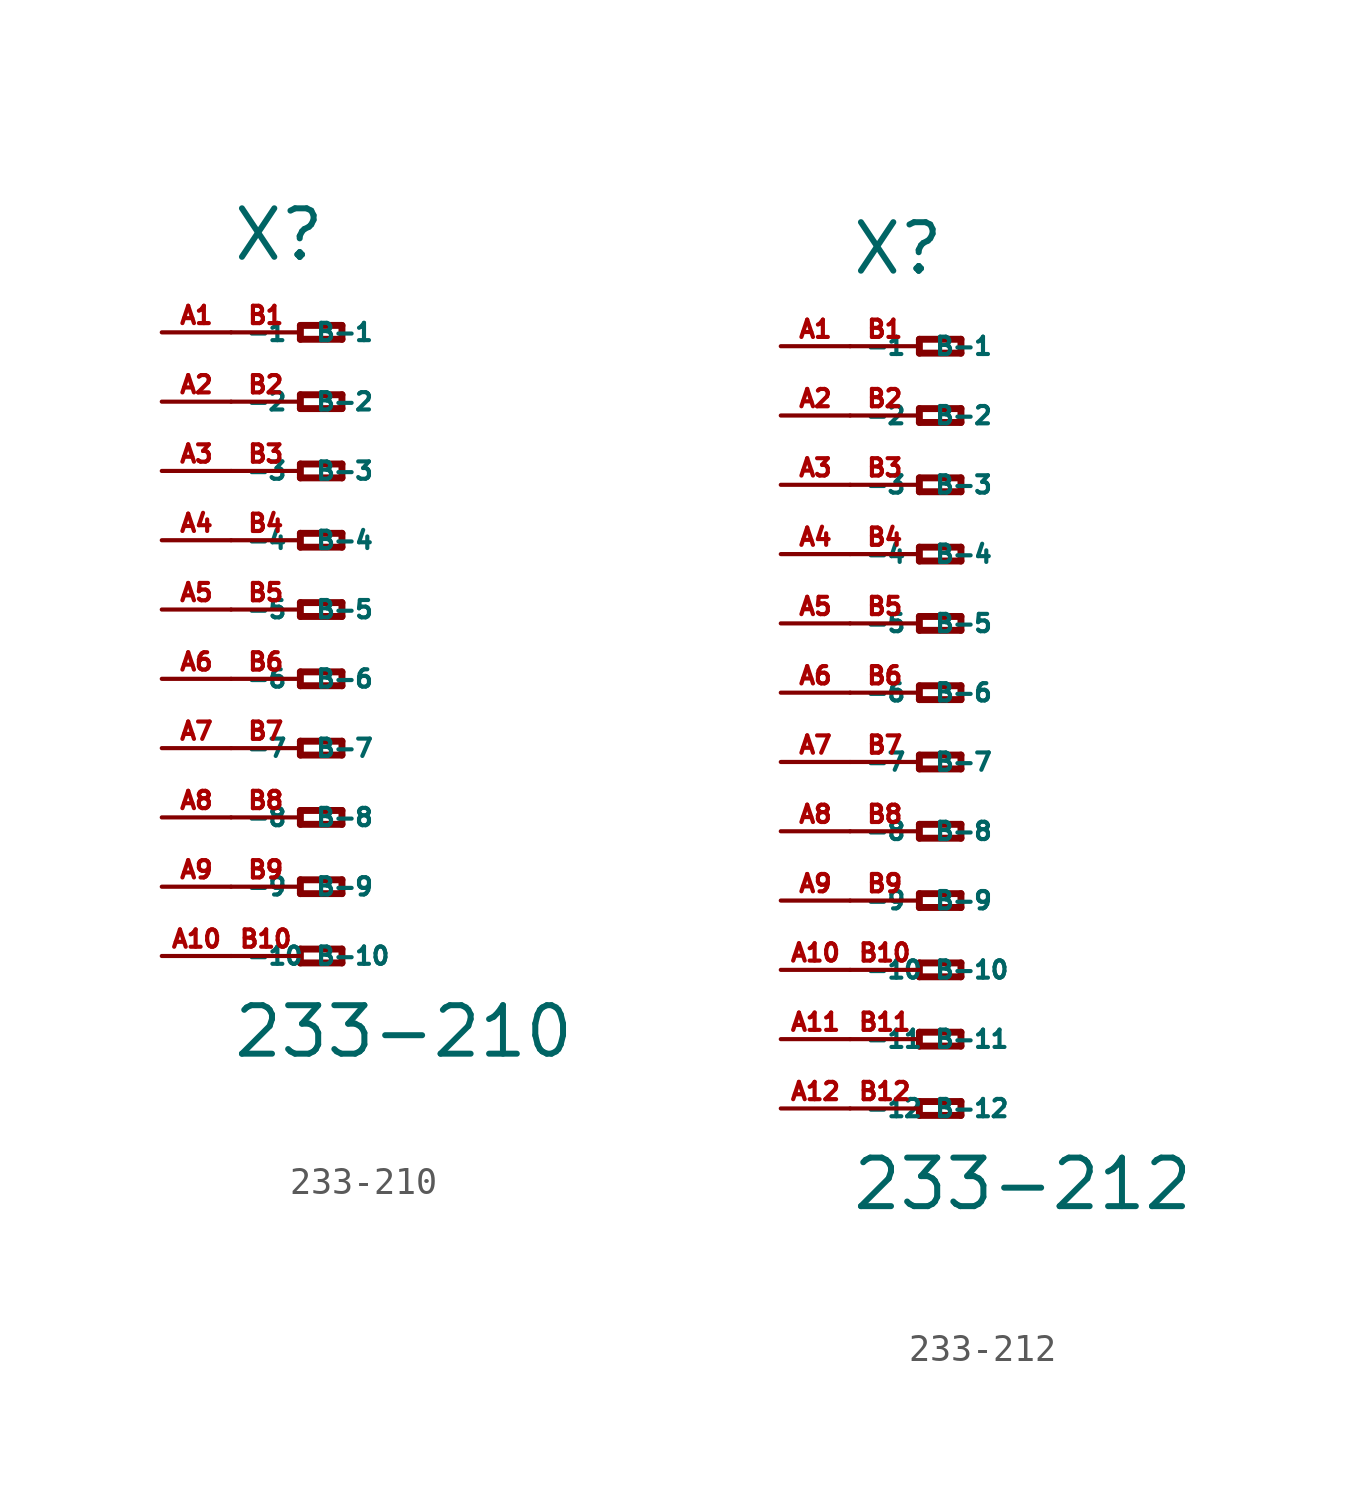
<source format=kicad_sym>
(kicad_symbol_lib
  (version 20220914)
  (generator Eagle2Kicad)
  (symbol "233-210"
    (property "Reference" "X"
      (at -5.08 12.7 0)
      (effects (font (size 1.778 1.778) (thickness 0.22)) (justify left bottom)))
    (property "Value" "233-210"
      (at -5.08 -16.51 0)
      (effects (font (size 1.778 1.778) (thickness 0.22)) (justify left bottom)))
    (polyline
      (pts (xy -2.54 10.414) (xy -2.54 9.906))
      (stroke (width 0.254) (type default))
      (fill (type none)))
    (polyline
      (pts (xy -2.54 9.906) (xy -1.016 9.906))
      (stroke (width 0.254) (type default))
      (fill (type none)))
    (polyline
      (pts (xy -1.016 9.906) (xy -1.016 10.414))
      (stroke (width 0.254) (type default))
      (fill (type none)))
    (polyline
      (pts (xy -1.016 10.414) (xy -2.54 10.414))
      (stroke (width 0.254) (type default))
      (fill (type none)))
    (polyline
      (pts (xy -2.54 7.874) (xy -2.54 7.366))
      (stroke (width 0.254) (type default))
      (fill (type none)))
    (polyline
      (pts (xy -2.54 7.366) (xy -1.016 7.366))
      (stroke (width 0.254) (type default))
      (fill (type none)))
    (polyline
      (pts (xy -1.016 7.366) (xy -1.016 7.874))
      (stroke (width 0.254) (type default))
      (fill (type none)))
    (polyline
      (pts (xy -1.016 7.874) (xy -2.54 7.874))
      (stroke (width 0.254) (type default))
      (fill (type none)))
    (polyline
      (pts (xy -2.54 5.334) (xy -2.54 4.826))
      (stroke (width 0.254) (type default))
      (fill (type none)))
    (polyline
      (pts (xy -2.54 4.826) (xy -1.016 4.826))
      (stroke (width 0.254) (type default))
      (fill (type none)))
    (polyline
      (pts (xy -1.016 4.826) (xy -1.016 5.334))
      (stroke (width 0.254) (type default))
      (fill (type none)))
    (polyline
      (pts (xy -1.016 5.334) (xy -2.54 5.334))
      (stroke (width 0.254) (type default))
      (fill (type none)))
    (polyline
      (pts (xy -2.54 2.794) (xy -2.54 2.286))
      (stroke (width 0.254) (type default))
      (fill (type none)))
    (polyline
      (pts (xy -2.54 2.286) (xy -1.016 2.286))
      (stroke (width 0.254) (type default))
      (fill (type none)))
    (polyline
      (pts (xy -1.016 2.286) (xy -1.016 2.794))
      (stroke (width 0.254) (type default))
      (fill (type none)))
    (polyline
      (pts (xy -1.016 2.794) (xy -2.54 2.794))
      (stroke (width 0.254) (type default))
      (fill (type none)))
    (polyline
      (pts (xy -2.54 0.254) (xy -2.54 -0.254))
      (stroke (width 0.254) (type default))
      (fill (type none)))
    (polyline
      (pts (xy -2.54 -0.254) (xy -1.016 -0.254))
      (stroke (width 0.254) (type default))
      (fill (type none)))
    (polyline
      (pts (xy -1.016 -0.254) (xy -1.016 0.254))
      (stroke (width 0.254) (type default))
      (fill (type none)))
    (polyline
      (pts (xy -1.016 0.254) (xy -2.54 0.254))
      (stroke (width 0.254) (type default))
      (fill (type none)))
    (polyline
      (pts (xy -2.54 -2.286) (xy -2.54 -2.794))
      (stroke (width 0.254) (type default))
      (fill (type none)))
    (polyline
      (pts (xy -2.54 -2.794) (xy -1.016 -2.794))
      (stroke (width 0.254) (type default))
      (fill (type none)))
    (polyline
      (pts (xy -1.016 -2.794) (xy -1.016 -2.286))
      (stroke (width 0.254) (type default))
      (fill (type none)))
    (polyline
      (pts (xy -1.016 -2.286) (xy -2.54 -2.286))
      (stroke (width 0.254) (type default))
      (fill (type none)))
    (polyline
      (pts (xy -2.54 -4.826) (xy -2.54 -5.334))
      (stroke (width 0.254) (type default))
      (fill (type none)))
    (polyline
      (pts (xy -2.54 -5.334) (xy -1.016 -5.334))
      (stroke (width 0.254) (type default))
      (fill (type none)))
    (polyline
      (pts (xy -1.016 -5.334) (xy -1.016 -4.826))
      (stroke (width 0.254) (type default))
      (fill (type none)))
    (polyline
      (pts (xy -1.016 -4.826) (xy -2.54 -4.826))
      (stroke (width 0.254) (type default))
      (fill (type none)))
    (polyline
      (pts (xy -2.54 -7.366) (xy -2.54 -7.874))
      (stroke (width 0.254) (type default))
      (fill (type none)))
    (polyline
      (pts (xy -2.54 -7.874) (xy -1.016 -7.874))
      (stroke (width 0.254) (type default))
      (fill (type none)))
    (polyline
      (pts (xy -1.016 -7.874) (xy -1.016 -7.366))
      (stroke (width 0.254) (type default))
      (fill (type none)))
    (polyline
      (pts (xy -1.016 -7.366) (xy -2.54 -7.366))
      (stroke (width 0.254) (type default))
      (fill (type none)))
    (polyline
      (pts (xy -2.54 -9.906) (xy -2.54 -10.414))
      (stroke (width 0.254) (type default))
      (fill (type none)))
    (polyline
      (pts (xy -2.54 -10.414) (xy -1.016 -10.414))
      (stroke (width 0.254) (type default))
      (fill (type none)))
    (polyline
      (pts (xy -1.016 -10.414) (xy -1.016 -9.906))
      (stroke (width 0.254) (type default))
      (fill (type none)))
    (polyline
      (pts (xy -1.016 -9.906) (xy -2.54 -9.906))
      (stroke (width 0.254) (type default))
      (fill (type none)))
    (polyline
      (pts (xy -2.54 -12.446) (xy -2.54 -12.954))
      (stroke (width 0.254) (type default))
      (fill (type none)))
    (polyline
      (pts (xy -2.54 -12.954) (xy -1.016 -12.954))
      (stroke (width 0.254) (type default))
      (fill (type none)))
    (polyline
      (pts (xy -1.016 -12.954) (xy -1.016 -12.446))
      (stroke (width 0.254) (type default))
      (fill (type none)))
    (polyline
      (pts (xy -1.016 -12.446) (xy -2.54 -12.446))
      (stroke (width 0.254) (type default))
      (fill (type none)))
    (pin passive line
      (at -7.62 10.16 0)
      (length 2.54)
      (name "-1" (effects (font (size 0.635 0.635) (thickness 0.08)) (justify left bottom)))
      (number "A1" (effects (font (size 0.635 0.635) (thickness 0.08)) (justify left bottom))))
    (pin passive line
      (at -7.62 7.62 0)
      (length 2.54)
      (name "-2" (effects (font (size 0.635 0.635) (thickness 0.08)) (justify left bottom)))
      (number "A2" (effects (font (size 0.635 0.635) (thickness 0.08)) (justify left bottom))))
    (pin passive line
      (at -7.62 5.08 0)
      (length 2.54)
      (name "-3" (effects (font (size 0.635 0.635) (thickness 0.08)) (justify left bottom)))
      (number "A3" (effects (font (size 0.635 0.635) (thickness 0.08)) (justify left bottom))))
    (pin passive line
      (at -7.62 2.54 0)
      (length 2.54)
      (name "-4" (effects (font (size 0.635 0.635) (thickness 0.08)) (justify left bottom)))
      (number "A4" (effects (font (size 0.635 0.635) (thickness 0.08)) (justify left bottom))))
    (pin passive line
      (at -7.62 0 0)
      (length 2.54)
      (name "-5" (effects (font (size 0.635 0.635) (thickness 0.08)) (justify left bottom)))
      (number "A5" (effects (font (size 0.635 0.635) (thickness 0.08)) (justify left bottom))))
    (pin passive line
      (at -7.62 -2.54 0)
      (length 2.54)
      (name "-6" (effects (font (size 0.635 0.635) (thickness 0.08)) (justify left bottom)))
      (number "A6" (effects (font (size 0.635 0.635) (thickness 0.08)) (justify left bottom))))
    (pin passive line
      (at -7.62 -5.08 0)
      (length 2.54)
      (name "-7" (effects (font (size 0.635 0.635) (thickness 0.08)) (justify left bottom)))
      (number "A7" (effects (font (size 0.635 0.635) (thickness 0.08)) (justify left bottom))))
    (pin passive line
      (at -7.62 -7.62 0)
      (length 2.54)
      (name "-8" (effects (font (size 0.635 0.635) (thickness 0.08)) (justify left bottom)))
      (number "A8" (effects (font (size 0.635 0.635) (thickness 0.08)) (justify left bottom))))
    (pin passive line
      (at -7.62 -10.16 0)
      (length 2.54)
      (name "-9" (effects (font (size 0.635 0.635) (thickness 0.08)) (justify left bottom)))
      (number "A9" (effects (font (size 0.635 0.635) (thickness 0.08)) (justify left bottom))))
    (pin passive line
      (at -7.62 -12.7 0)
      (length 2.54)
      (name "-10" (effects (font (size 0.635 0.635) (thickness 0.08)) (justify left bottom)))
      (number "A10" (effects (font (size 0.635 0.635) (thickness 0.08)) (justify left bottom))))
    (pin passive line
      (at -5.08 -12.7 0)
      (length 2.54)
      (name "B-10" (effects (font (size 0.635 0.635) (thickness 0.08)) (justify left bottom)))
      (number "B10" (effects (font (size 0.635 0.635) (thickness 0.08)) (justify left bottom))))
    (pin passive line
      (at -5.08 10.16 0)
      (length 2.54)
      (name "B-1" (effects (font (size 0.635 0.635) (thickness 0.08)) (justify left bottom)))
      (number "B1" (effects (font (size 0.635 0.635) (thickness 0.08)) (justify left bottom))))
    (pin passive line
      (at -5.08 7.62 0)
      (length 2.54)
      (name "B-2" (effects (font (size 0.635 0.635) (thickness 0.08)) (justify left bottom)))
      (number "B2" (effects (font (size 0.635 0.635) (thickness 0.08)) (justify left bottom))))
    (pin passive line
      (at -5.08 5.08 0)
      (length 2.54)
      (name "B-3" (effects (font (size 0.635 0.635) (thickness 0.08)) (justify left bottom)))
      (number "B3" (effects (font (size 0.635 0.635) (thickness 0.08)) (justify left bottom))))
    (pin passive line
      (at -5.08 2.54 0)
      (length 2.54)
      (name "B-4" (effects (font (size 0.635 0.635) (thickness 0.08)) (justify left bottom)))
      (number "B4" (effects (font (size 0.635 0.635) (thickness 0.08)) (justify left bottom))))
    (pin passive line
      (at -5.08 0 0)
      (length 2.54)
      (name "B-5" (effects (font (size 0.635 0.635) (thickness 0.08)) (justify left bottom)))
      (number "B5" (effects (font (size 0.635 0.635) (thickness 0.08)) (justify left bottom))))
    (pin passive line
      (at -5.08 -2.54 0)
      (length 2.54)
      (name "B-6" (effects (font (size 0.635 0.635) (thickness 0.08)) (justify left bottom)))
      (number "B6" (effects (font (size 0.635 0.635) (thickness 0.08)) (justify left bottom))))
    (pin passive line
      (at -5.08 -5.08 0)
      (length 2.54)
      (name "B-7" (effects (font (size 0.635 0.635) (thickness 0.08)) (justify left bottom)))
      (number "B7" (effects (font (size 0.635 0.635) (thickness 0.08)) (justify left bottom))))
    (pin passive line
      (at -5.08 -7.62 0)
      (length 2.54)
      (name "B-8" (effects (font (size 0.635 0.635) (thickness 0.08)) (justify left bottom)))
      (number "B8" (effects (font (size 0.635 0.635) (thickness 0.08)) (justify left bottom))))
    (pin passive line
      (at -5.08 -10.16 0)
      (length 2.54)
      (name "B-9" (effects (font (size 0.635 0.635) (thickness 0.08)) (justify left bottom)))
      (number "B9" (effects (font (size 0.635 0.635) (thickness 0.08)) (justify left bottom)))))
  (symbol "233-212"
    (property "Reference" "X"
      (at -5.08 15.24 0)
      (effects (font (size 1.778 1.778) (thickness 0.22)) (justify left bottom)))
    (property "Value" "233-212"
      (at -5.08 -19.05 0)
      (effects (font (size 1.778 1.778) (thickness 0.22)) (justify left bottom)))
    (polyline
      (pts (xy -2.54 12.954) (xy -2.54 12.446))
      (stroke (width 0.254) (type default))
      (fill (type none)))
    (polyline
      (pts (xy -2.54 12.446) (xy -1.016 12.446))
      (stroke (width 0.254) (type default))
      (fill (type none)))
    (polyline
      (pts (xy -1.016 12.446) (xy -1.016 12.954))
      (stroke (width 0.254) (type default))
      (fill (type none)))
    (polyline
      (pts (xy -1.016 12.954) (xy -2.54 12.954))
      (stroke (width 0.254) (type default))
      (fill (type none)))
    (polyline
      (pts (xy -2.54 10.414) (xy -2.54 9.906))
      (stroke (width 0.254) (type default))
      (fill (type none)))
    (polyline
      (pts (xy -2.54 9.906) (xy -1.016 9.906))
      (stroke (width 0.254) (type default))
      (fill (type none)))
    (polyline
      (pts (xy -1.016 9.906) (xy -1.016 10.414))
      (stroke (width 0.254) (type default))
      (fill (type none)))
    (polyline
      (pts (xy -1.016 10.414) (xy -2.54 10.414))
      (stroke (width 0.254) (type default))
      (fill (type none)))
    (polyline
      (pts (xy -2.54 7.874) (xy -2.54 7.366))
      (stroke (width 0.254) (type default))
      (fill (type none)))
    (polyline
      (pts (xy -2.54 7.366) (xy -1.016 7.366))
      (stroke (width 0.254) (type default))
      (fill (type none)))
    (polyline
      (pts (xy -1.016 7.366) (xy -1.016 7.874))
      (stroke (width 0.254) (type default))
      (fill (type none)))
    (polyline
      (pts (xy -1.016 7.874) (xy -2.54 7.874))
      (stroke (width 0.254) (type default))
      (fill (type none)))
    (polyline
      (pts (xy -2.54 5.334) (xy -2.54 4.826))
      (stroke (width 0.254) (type default))
      (fill (type none)))
    (polyline
      (pts (xy -2.54 4.826) (xy -1.016 4.826))
      (stroke (width 0.254) (type default))
      (fill (type none)))
    (polyline
      (pts (xy -1.016 4.826) (xy -1.016 5.334))
      (stroke (width 0.254) (type default))
      (fill (type none)))
    (polyline
      (pts (xy -1.016 5.334) (xy -2.54 5.334))
      (stroke (width 0.254) (type default))
      (fill (type none)))
    (polyline
      (pts (xy -2.54 2.794) (xy -2.54 2.286))
      (stroke (width 0.254) (type default))
      (fill (type none)))
    (polyline
      (pts (xy -2.54 2.286) (xy -1.016 2.286))
      (stroke (width 0.254) (type default))
      (fill (type none)))
    (polyline
      (pts (xy -1.016 2.286) (xy -1.016 2.794))
      (stroke (width 0.254) (type default))
      (fill (type none)))
    (polyline
      (pts (xy -1.016 2.794) (xy -2.54 2.794))
      (stroke (width 0.254) (type default))
      (fill (type none)))
    (polyline
      (pts (xy -2.54 0.254) (xy -2.54 -0.254))
      (stroke (width 0.254) (type default))
      (fill (type none)))
    (polyline
      (pts (xy -2.54 -0.254) (xy -1.016 -0.254))
      (stroke (width 0.254) (type default))
      (fill (type none)))
    (polyline
      (pts (xy -1.016 -0.254) (xy -1.016 0.254))
      (stroke (width 0.254) (type default))
      (fill (type none)))
    (polyline
      (pts (xy -1.016 0.254) (xy -2.54 0.254))
      (stroke (width 0.254) (type default))
      (fill (type none)))
    (polyline
      (pts (xy -2.54 -2.286) (xy -2.54 -2.794))
      (stroke (width 0.254) (type default))
      (fill (type none)))
    (polyline
      (pts (xy -2.54 -2.794) (xy -1.016 -2.794))
      (stroke (width 0.254) (type default))
      (fill (type none)))
    (polyline
      (pts (xy -1.016 -2.794) (xy -1.016 -2.286))
      (stroke (width 0.254) (type default))
      (fill (type none)))
    (polyline
      (pts (xy -1.016 -2.286) (xy -2.54 -2.286))
      (stroke (width 0.254) (type default))
      (fill (type none)))
    (polyline
      (pts (xy -2.54 -4.826) (xy -2.54 -5.334))
      (stroke (width 0.254) (type default))
      (fill (type none)))
    (polyline
      (pts (xy -2.54 -5.334) (xy -1.016 -5.334))
      (stroke (width 0.254) (type default))
      (fill (type none)))
    (polyline
      (pts (xy -1.016 -5.334) (xy -1.016 -4.826))
      (stroke (width 0.254) (type default))
      (fill (type none)))
    (polyline
      (pts (xy -1.016 -4.826) (xy -2.54 -4.826))
      (stroke (width 0.254) (type default))
      (fill (type none)))
    (polyline
      (pts (xy -2.54 -7.366) (xy -2.54 -7.874))
      (stroke (width 0.254) (type default))
      (fill (type none)))
    (polyline
      (pts (xy -2.54 -7.874) (xy -1.016 -7.874))
      (stroke (width 0.254) (type default))
      (fill (type none)))
    (polyline
      (pts (xy -1.016 -7.874) (xy -1.016 -7.366))
      (stroke (width 0.254) (type default))
      (fill (type none)))
    (polyline
      (pts (xy -1.016 -7.366) (xy -2.54 -7.366))
      (stroke (width 0.254) (type default))
      (fill (type none)))
    (polyline
      (pts (xy -2.54 -9.906) (xy -2.54 -10.414))
      (stroke (width 0.254) (type default))
      (fill (type none)))
    (polyline
      (pts (xy -2.54 -10.414) (xy -1.016 -10.414))
      (stroke (width 0.254) (type default))
      (fill (type none)))
    (polyline
      (pts (xy -1.016 -10.414) (xy -1.016 -9.906))
      (stroke (width 0.254) (type default))
      (fill (type none)))
    (polyline
      (pts (xy -1.016 -9.906) (xy -2.54 -9.906))
      (stroke (width 0.254) (type default))
      (fill (type none)))
    (polyline
      (pts (xy -2.54 -12.446) (xy -2.54 -12.954))
      (stroke (width 0.254) (type default))
      (fill (type none)))
    (polyline
      (pts (xy -2.54 -12.954) (xy -1.016 -12.954))
      (stroke (width 0.254) (type default))
      (fill (type none)))
    (polyline
      (pts (xy -1.016 -12.954) (xy -1.016 -12.446))
      (stroke (width 0.254) (type default))
      (fill (type none)))
    (polyline
      (pts (xy -1.016 -12.446) (xy -2.54 -12.446))
      (stroke (width 0.254) (type default))
      (fill (type none)))
    (polyline
      (pts (xy -2.54 -14.986) (xy -2.54 -15.494))
      (stroke (width 0.254) (type default))
      (fill (type none)))
    (polyline
      (pts (xy -2.54 -15.494) (xy -1.016 -15.494))
      (stroke (width 0.254) (type default))
      (fill (type none)))
    (polyline
      (pts (xy -1.016 -15.494) (xy -1.016 -14.986))
      (stroke (width 0.254) (type default))
      (fill (type none)))
    (polyline
      (pts (xy -1.016 -14.986) (xy -2.54 -14.986))
      (stroke (width 0.254) (type default))
      (fill (type none)))
    (pin passive line
      (at -7.62 12.7 0)
      (length 2.54)
      (name "-1" (effects (font (size 0.635 0.635) (thickness 0.08)) (justify left bottom)))
      (number "A1" (effects (font (size 0.635 0.635) (thickness 0.08)) (justify left bottom))))
    (pin passive line
      (at -7.62 10.16 0)
      (length 2.54)
      (name "-2" (effects (font (size 0.635 0.635) (thickness 0.08)) (justify left bottom)))
      (number "A2" (effects (font (size 0.635 0.635) (thickness 0.08)) (justify left bottom))))
    (pin passive line
      (at -7.62 7.62 0)
      (length 2.54)
      (name "-3" (effects (font (size 0.635 0.635) (thickness 0.08)) (justify left bottom)))
      (number "A3" (effects (font (size 0.635 0.635) (thickness 0.08)) (justify left bottom))))
    (pin passive line
      (at -7.62 5.08 0)
      (length 2.54)
      (name "-4" (effects (font (size 0.635 0.635) (thickness 0.08)) (justify left bottom)))
      (number "A4" (effects (font (size 0.635 0.635) (thickness 0.08)) (justify left bottom))))
    (pin passive line
      (at -7.62 2.54 0)
      (length 2.54)
      (name "-5" (effects (font (size 0.635 0.635) (thickness 0.08)) (justify left bottom)))
      (number "A5" (effects (font (size 0.635 0.635) (thickness 0.08)) (justify left bottom))))
    (pin passive line
      (at -7.62 0 0)
      (length 2.54)
      (name "-6" (effects (font (size 0.635 0.635) (thickness 0.08)) (justify left bottom)))
      (number "A6" (effects (font (size 0.635 0.635) (thickness 0.08)) (justify left bottom))))
    (pin passive line
      (at -7.62 -2.54 0)
      (length 2.54)
      (name "-7" (effects (font (size 0.635 0.635) (thickness 0.08)) (justify left bottom)))
      (number "A7" (effects (font (size 0.635 0.635) (thickness 0.08)) (justify left bottom))))
    (pin passive line
      (at -7.62 -5.08 0)
      (length 2.54)
      (name "-8" (effects (font (size 0.635 0.635) (thickness 0.08)) (justify left bottom)))
      (number "A8" (effects (font (size 0.635 0.635) (thickness 0.08)) (justify left bottom))))
    (pin passive line
      (at -7.62 -7.62 0)
      (length 2.54)
      (name "-9" (effects (font (size 0.635 0.635) (thickness 0.08)) (justify left bottom)))
      (number "A9" (effects (font (size 0.635 0.635) (thickness 0.08)) (justify left bottom))))
    (pin passive line
      (at -7.62 -10.16 0)
      (length 2.54)
      (name "-10" (effects (font (size 0.635 0.635) (thickness 0.08)) (justify left bottom)))
      (number "A10" (effects (font (size 0.635 0.635) (thickness 0.08)) (justify left bottom))))
    (pin passive line
      (at -7.62 -12.7 0)
      (length 2.54)
      (name "-11" (effects (font (size 0.635 0.635) (thickness 0.08)) (justify left bottom)))
      (number "A11" (effects (font (size 0.635 0.635) (thickness 0.08)) (justify left bottom))))
    (pin passive line
      (at -7.62 -15.24 0)
      (length 2.54)
      (name "-12" (effects (font (size 0.635 0.635) (thickness 0.08)) (justify left bottom)))
      (number "A12" (effects (font (size 0.635 0.635) (thickness 0.08)) (justify left bottom))))
    (pin passive line
      (at -5.08 -15.24 0)
      (length 2.54)
      (name "B-12" (effects (font (size 0.635 0.635) (thickness 0.08)) (justify left bottom)))
      (number "B12" (effects (font (size 0.635 0.635) (thickness 0.08)) (justify left bottom))))
    (pin passive line
      (at -5.08 12.7 0)
      (length 2.54)
      (name "B-1" (effects (font (size 0.635 0.635) (thickness 0.08)) (justify left bottom)))
      (number "B1" (effects (font (size 0.635 0.635) (thickness 0.08)) (justify left bottom))))
    (pin passive line
      (at -5.08 10.16 0)
      (length 2.54)
      (name "B-2" (effects (font (size 0.635 0.635) (thickness 0.08)) (justify left bottom)))
      (number "B2" (effects (font (size 0.635 0.635) (thickness 0.08)) (justify left bottom))))
    (pin passive line
      (at -5.08 7.62 0)
      (length 2.54)
      (name "B-3" (effects (font (size 0.635 0.635) (thickness 0.08)) (justify left bottom)))
      (number "B3" (effects (font (size 0.635 0.635) (thickness 0.08)) (justify left bottom))))
    (pin passive line
      (at -5.08 5.08 0)
      (length 2.54)
      (name "B-4" (effects (font (size 0.635 0.635) (thickness 0.08)) (justify left bottom)))
      (number "B4" (effects (font (size 0.635 0.635) (thickness 0.08)) (justify left bottom))))
    (pin passive line
      (at -5.08 2.54 0)
      (length 2.54)
      (name "B-5" (effects (font (size 0.635 0.635) (thickness 0.08)) (justify left bottom)))
      (number "B5" (effects (font (size 0.635 0.635) (thickness 0.08)) (justify left bottom))))
    (pin passive line
      (at -5.08 0 0)
      (length 2.54)
      (name "B-6" (effects (font (size 0.635 0.635) (thickness 0.08)) (justify left bottom)))
      (number "B6" (effects (font (size 0.635 0.635) (thickness 0.08)) (justify left bottom))))
    (pin passive line
      (at -5.08 -2.54 0)
      (length 2.54)
      (name "B-7" (effects (font (size 0.635 0.635) (thickness 0.08)) (justify left bottom)))
      (number "B7" (effects (font (size 0.635 0.635) (thickness 0.08)) (justify left bottom))))
    (pin passive line
      (at -5.08 -5.08 0)
      (length 2.54)
      (name "B-8" (effects (font (size 0.635 0.635) (thickness 0.08)) (justify left bottom)))
      (number "B8" (effects (font (size 0.635 0.635) (thickness 0.08)) (justify left bottom))))
    (pin passive line
      (at -5.08 -7.62 0)
      (length 2.54)
      (name "B-9" (effects (font (size 0.635 0.635) (thickness 0.08)) (justify left bottom)))
      (number "B9" (effects (font (size 0.635 0.635) (thickness 0.08)) (justify left bottom))))
    (pin passive line
      (at -5.08 -10.16 0)
      (length 2.54)
      (name "B-10" (effects (font (size 0.635 0.635) (thickness 0.08)) (justify left bottom)))
      (number "B10" (effects (font (size 0.635 0.635) (thickness 0.08)) (justify left bottom))))
    (pin passive line
      (at -5.08 -12.7 0)
      (length 2.54)
      (name "B-11" (effects (font (size 0.635 0.635) (thickness 0.08)) (justify left bottom)))
      (number "B11" (effects (font (size 0.635 0.635) (thickness 0.08)) (justify left bottom))))))
</source>
